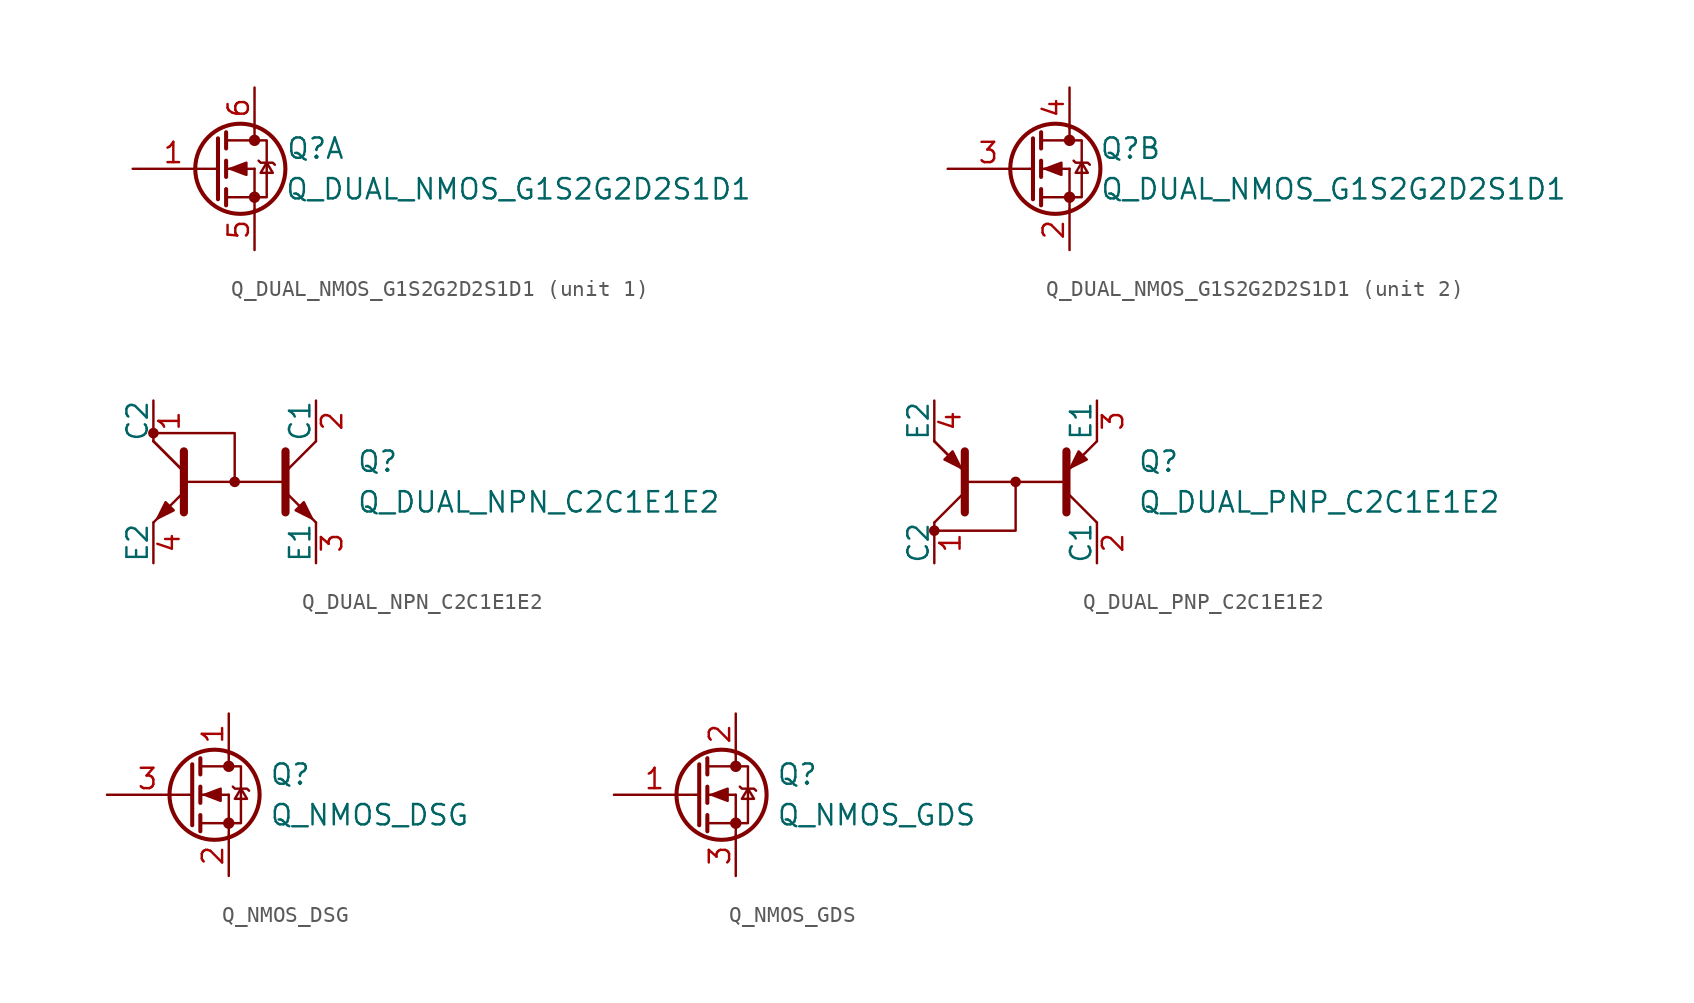
<source format=kicad_sym>
(kicad_symbol_lib
  (version 20201005)
  (generator kicad_symbol_editor)
  (symbol "Q_DUAL_NMOS_G1S2G2D2S1D1"
    (pin_names
      (offset 0) hide)
    (property "Reference" "Q"
      (at 6.35 1.27 0)
      (effects (font (size 1.27 1.27))))
    (property "Value" "Q_DUAL_NMOS_G1S2G2D2S1D1"
      (at 19.05 -1.27 0)
      (effects (font (size 1.27 1.27))))
    (symbol "Q_DUAL_NMOS_G1S2G2D2S1D1_1_1"
      (circle (center 1.651 0) (radius 2.819) (stroke (width 0.254)) (fill (type none)))
      (circle (center 2.54 -1.778) (radius 0.279) (stroke (width 0)) (fill (type outline)))
      (circle (center 2.54 1.778) (radius 0.279) (stroke (width 0)) (fill (type outline)))
      (polyline (pts (xy 0.051 0) (xy 0.254 0)) (stroke (width 0)) (fill (type none)))
      (polyline (pts (xy 0.762 -1.778) (xy 2.54 -1.778)) (stroke (width 0)) (fill (type none)))
      (polyline (pts (xy 0.762 -1.27) (xy 0.762 -2.286)) (stroke (width 0.254)) (fill (type none)))
      (polyline (pts (xy 0.762 0) (xy 2.54 0)) (stroke (width 0)) (fill (type none)))
      (polyline (pts (xy 0.762 0.508) (xy 0.762 -0.508)) (stroke (width 0.254)) (fill (type none)))
      (polyline (pts (xy 0.762 1.778) (xy 2.54 1.778)) (stroke (width 0)) (fill (type none)))
      (polyline (pts (xy 0.762 2.286) (xy 0.762 1.27)) (stroke (width 0.254)) (fill (type none)))
      (polyline (pts (xy 2.54 -1.778) (xy 2.54 -2.54)) (stroke (width 0)) (fill (type none)))
      (polyline (pts (xy 2.54 -1.778) (xy 2.54 0)) (stroke (width 0)) (fill (type none)))
      (polyline (pts (xy 2.54 2.54) (xy 2.54 1.778)) (stroke (width 0)) (fill (type none)))
      (polyline (pts (xy 0.254 1.905) (xy 0.254 -1.905) (xy 0.254 -1.905)) (stroke (width 0.254)) (fill (type none)))
      (polyline (pts (xy 2.54 -1.778) (xy 3.302 -1.778) (xy 3.302 1.778) (xy 2.54 1.778)) (stroke (width 0)) (fill (type none)))
      (polyline (pts (xy 2.794 0.508) (xy 2.921 0.381) (xy 3.683 0.381) (xy 3.81 0.254)) (stroke (width 0)) (fill (type none)))
      (polyline (pts (xy 3.302 0.381) (xy 2.921 -0.254) (xy 3.683 -0.254) (xy 3.302 0.381)) (stroke (width 0)) (fill (type none)))
      (polyline (pts (xy 1.016 0) (xy 2.032 0.381) (xy 2.032 -0.381) (xy 1.016 0)) (stroke (width 0)) (fill (type outline)))
      (pin input line (at -5.08 0 0) (length 5.08) (name "G" (effects (font (size 1.27 1.27)))) (number "1" (effects (font (size 1.27 1.27)))))
      (pin passive line (at 2.54 -5.08 90) (length 2.54) (name "S" (effects (font (size 1.27 1.27)))) (number "5" (effects (font (size 1.27 1.27)))))
      (pin passive line (at 2.54 5.08 270) (length 2.54) (name "D" (effects (font (size 1.27 1.27)))) (number "6" (effects (font (size 1.27 1.27))))))
    (symbol "Q_DUAL_NMOS_G1S2G2D2S1D1_2_1"
      (circle (center 1.651 0) (radius 2.819) (stroke (width 0.254)) (fill (type none)))
      (circle (center 2.54 -1.778) (radius 0.279) (stroke (width 0)) (fill (type outline)))
      (circle (center 2.54 1.778) (radius 0.279) (stroke (width 0)) (fill (type outline)))
      (polyline (pts (xy 0.051 0) (xy 0.254 0)) (stroke (width 0)) (fill (type none)))
      (polyline (pts (xy 0.762 -1.778) (xy 2.54 -1.778)) (stroke (width 0)) (fill (type none)))
      (polyline (pts (xy 0.762 -1.27) (xy 0.762 -2.286)) (stroke (width 0.254)) (fill (type none)))
      (polyline (pts (xy 0.762 0) (xy 2.54 0)) (stroke (width 0)) (fill (type none)))
      (polyline (pts (xy 0.762 0.508) (xy 0.762 -0.508)) (stroke (width 0.254)) (fill (type none)))
      (polyline (pts (xy 0.762 1.778) (xy 2.54 1.778)) (stroke (width 0)) (fill (type none)))
      (polyline (pts (xy 0.762 2.286) (xy 0.762 1.27)) (stroke (width 0.254)) (fill (type none)))
      (polyline (pts (xy 2.54 -1.778) (xy 2.54 -2.54)) (stroke (width 0)) (fill (type none)))
      (polyline (pts (xy 2.54 -1.778) (xy 2.54 0)) (stroke (width 0)) (fill (type none)))
      (polyline (pts (xy 2.54 2.54) (xy 2.54 1.778)) (stroke (width 0)) (fill (type none)))
      (polyline (pts (xy 0.254 1.905) (xy 0.254 -1.905) (xy 0.254 -1.905)) (stroke (width 0.254)) (fill (type none)))
      (polyline (pts (xy 2.54 -1.778) (xy 3.302 -1.778) (xy 3.302 1.778) (xy 2.54 1.778)) (stroke (width 0)) (fill (type none)))
      (polyline (pts (xy 2.794 0.508) (xy 2.921 0.381) (xy 3.683 0.381) (xy 3.81 0.254)) (stroke (width 0)) (fill (type none)))
      (polyline (pts (xy 3.302 0.381) (xy 2.921 -0.254) (xy 3.683 -0.254) (xy 3.302 0.381)) (stroke (width 0)) (fill (type none)))
      (polyline (pts (xy 1.016 0) (xy 2.032 0.381) (xy 2.032 -0.381) (xy 1.016 0)) (stroke (width 0)) (fill (type outline)))
      (pin passive line (at 2.54 -5.08 90) (length 2.54) (name "S" (effects (font (size 1.27 1.27)))) (number "2" (effects (font (size 1.27 1.27)))))
      (pin input line (at -5.08 0 0) (length 5.08) (name "G" (effects (font (size 1.27 1.27)))) (number "3" (effects (font (size 1.27 1.27)))))
      (pin passive line (at 2.54 5.08 270) (length 2.54) (name "D" (effects (font (size 1.27 1.27)))) (number "4" (effects (font (size 1.27 1.27)))))))
  (symbol "Q_DUAL_NPN_C2C1E1E2"
    (pin_names
      (offset 0))
    (property "Reference" "Q"
      (at 7.62 1.27 0)
      (effects (font (size 1.27 1.27)) (justify left)))
    (property "Value" "Q_DUAL_NPN_C2C1E1E2"
      (at 7.62 -1.27 0)
      (effects (font (size 1.27 1.27)) (justify left)))
    (symbol "Q_DUAL_NPN_C2C1E1E2_0_1"
      (circle (center -5.08 3.048) (radius 0.254) (stroke (width 0)) (fill (type outline)))
      (circle (center 0 0) (radius 0.254) (stroke (width 0)) (fill (type outline)))
      (polyline (pts (xy -5.08 -2.54) (xy -3.175 -0.635)) (stroke (width 0)) (fill (type none)))
      (polyline (pts (xy -5.08 2.54) (xy -3.175 0.635)) (stroke (width 0)) (fill (type none)))
      (polyline (pts (xy -5.08 2.54) (xy -3.175 0.635)) (stroke (width 0)) (fill (type none)))
      (polyline (pts (xy 3.175 0) (xy -3.175 0)) (stroke (width 0)) (fill (type none)))
      (polyline (pts (xy 5.08 -2.54) (xy 3.175 -0.635)) (stroke (width 0)) (fill (type none)))
      (polyline (pts (xy 5.08 2.54) (xy 3.175 0.635)) (stroke (width 0)) (fill (type none)))
      (polyline (pts (xy 0 0) (xy 0 3.048) (xy -5.08 3.048)) (stroke (width 0)) (fill (type none)))
      (polyline (pts (xy -3.175 -1.905) (xy -3.175 1.905) (xy -3.175 1.905)) (stroke (width 0.508)) (fill (type outline)))
      (polyline (pts (xy 3.175 -1.905) (xy 3.175 1.905) (xy 3.175 1.905)) (stroke (width 0.508)) (fill (type outline)))
      (polyline (pts (xy -3.81 -1.778) (xy -4.318 -1.27) (xy -4.826 -2.286) (xy -3.81 -1.778) (xy -3.81 -1.778)) (stroke (width 0)) (fill (type outline)))
      (polyline (pts (xy 3.81 -1.778) (xy 4.318 -1.27) (xy 4.826 -2.286) (xy 3.81 -1.778) (xy 3.81 -1.778)) (stroke (width 0)) (fill (type outline))))
    (symbol "Q_DUAL_NPN_C2C1E1E2_1_1"
      (pin passive line (at -5.08 5.08 270) (length 2.54) (name "C2" (effects (font (size 1.27 1.27)))) (number "1" (effects (font (size 1.27 1.27)))))
      (pin passive line (at 5.08 5.08 270) (length 2.54) (name "C1" (effects (font (size 1.27 1.27)))) (number "2" (effects (font (size 1.27 1.27)))))
      (pin passive line (at 5.08 -5.08 90) (length 2.54) (name "E1" (effects (font (size 1.27 1.27)))) (number "3" (effects (font (size 1.27 1.27)))))
      (pin passive line (at -5.08 -5.08 90) (length 2.54) (name "E2" (effects (font (size 1.27 1.27)))) (number "4" (effects (font (size 1.27 1.27)))))))
  (symbol "Q_DUAL_PNP_C2C1E1E2"
    (pin_names
      (offset 0))
    (property "Reference" "Q"
      (at 7.62 1.27 0)
      (effects (font (size 1.27 1.27)) (justify left)))
    (property "Value" "Q_DUAL_PNP_C2C1E1E2"
      (at 7.62 -1.27 0)
      (effects (font (size 1.27 1.27)) (justify left)))
    (symbol "Q_DUAL_PNP_C2C1E1E2_0_1"
      (circle (center -5.08 -3.048) (radius 0.254) (stroke (width 0)) (fill (type outline)))
      (circle (center 0 0) (radius 0.254) (stroke (width 0)) (fill (type outline)))
      (polyline (pts (xy -5.08 -2.54) (xy -3.175 -0.635)) (stroke (width 0)) (fill (type none)))
      (polyline (pts (xy -5.08 2.54) (xy -3.175 0.635)) (stroke (width 0)) (fill (type none)))
      (polyline (pts (xy -5.08 2.54) (xy -3.175 0.635)) (stroke (width 0)) (fill (type none)))
      (polyline (pts (xy 3.175 0) (xy -3.175 0)) (stroke (width 0)) (fill (type none)))
      (polyline (pts (xy 5.08 -2.54) (xy 3.175 -0.635)) (stroke (width 0)) (fill (type none)))
      (polyline (pts (xy 5.08 2.54) (xy 3.175 0.635)) (stroke (width 0)) (fill (type none)))
      (polyline (pts (xy 0 0) (xy 0 -3.048) (xy -5.08 -3.048)) (stroke (width 0)) (fill (type none)))
      (polyline (pts (xy -3.175 -1.905) (xy -3.175 1.905) (xy -3.175 1.905)) (stroke (width 0.508)) (fill (type outline)))
      (polyline (pts (xy 3.175 -1.905) (xy 3.175 1.905) (xy 3.175 1.905)) (stroke (width 0.508)) (fill (type outline)))
      (polyline (pts (xy -3.937 1.905) (xy -4.445 1.397) (xy -3.429 0.889) (xy -3.937 1.905) (xy -3.937 1.905)) (stroke (width 0)) (fill (type outline)))
      (polyline (pts (xy 3.937 1.905) (xy 4.445 1.397) (xy 3.429 0.889) (xy 3.937 1.905) (xy 3.937 1.905)) (stroke (width 0)) (fill (type outline))))
    (symbol "Q_DUAL_PNP_C2C1E1E2_1_1"
      (pin passive line (at -5.08 -5.08 90) (length 2.54) (name "C2" (effects (font (size 1.27 1.27)))) (number "1" (effects (font (size 1.27 1.27)))))
      (pin passive line (at 5.08 -5.08 90) (length 2.54) (name "C1" (effects (font (size 1.27 1.27)))) (number "2" (effects (font (size 1.27 1.27)))))
      (pin passive line (at 5.08 5.08 270) (length 2.54) (name "E1" (effects (font (size 1.27 1.27)))) (number "3" (effects (font (size 1.27 1.27)))))
      (pin passive line (at -5.08 5.08 270) (length 2.54) (name "E2" (effects (font (size 1.27 1.27)))) (number "4" (effects (font (size 1.27 1.27)))))))
  (symbol "Q_NMOS_DSG"
    (pin_names
      (offset 0) hide)
    (property "Reference" "Q"
      (at 5.08 1.27 0)
      (effects (font (size 1.27 1.27)) (justify left)))
    (property "Value" "Q_NMOS_DSG"
      (at 5.08 -1.27 0)
      (effects (font (size 1.27 1.27)) (justify left)))
    (symbol "Q_NMOS_DSG_0_1"
      (circle (center 1.651 0) (radius 2.819) (stroke (width 0.254)) (fill (type none)))
      (circle (center 2.54 -1.778) (radius 0.279) (stroke (width 0)) (fill (type outline)))
      (circle (center 2.54 1.778) (radius 0.279) (stroke (width 0)) (fill (type outline)))
      (polyline (pts (xy 0.051 0) (xy 0.254 0)) (stroke (width 0)) (fill (type none)))
      (polyline (pts (xy 0.762 -1.778) (xy 2.54 -1.778)) (stroke (width 0)) (fill (type none)))
      (polyline (pts (xy 0.762 -1.27) (xy 0.762 -2.286)) (stroke (width 0.254)) (fill (type none)))
      (polyline (pts (xy 0.762 0) (xy 2.54 0)) (stroke (width 0)) (fill (type none)))
      (polyline (pts (xy 0.762 0.508) (xy 0.762 -0.508)) (stroke (width 0.254)) (fill (type none)))
      (polyline (pts (xy 0.762 1.778) (xy 2.54 1.778)) (stroke (width 0)) (fill (type none)))
      (polyline (pts (xy 0.762 2.286) (xy 0.762 1.27)) (stroke (width 0.254)) (fill (type none)))
      (polyline (pts (xy 2.54 -1.778) (xy 2.54 -2.54)) (stroke (width 0)) (fill (type none)))
      (polyline (pts (xy 2.54 -1.778) (xy 2.54 0)) (stroke (width 0)) (fill (type none)))
      (polyline (pts (xy 2.54 2.54) (xy 2.54 1.778)) (stroke (width 0)) (fill (type none)))
      (polyline (pts (xy 0.254 1.905) (xy 0.254 -1.905) (xy 0.254 -1.905)) (stroke (width 0.254)) (fill (type none)))
      (polyline (pts (xy 2.54 -1.778) (xy 3.302 -1.778) (xy 3.302 1.778) (xy 2.54 1.778)) (stroke (width 0)) (fill (type none)))
      (polyline (pts (xy 2.794 0.508) (xy 2.921 0.381) (xy 3.683 0.381) (xy 3.81 0.254)) (stroke (width 0)) (fill (type none)))
      (polyline (pts (xy 3.302 0.381) (xy 2.921 -0.254) (xy 3.683 -0.254) (xy 3.302 0.381)) (stroke (width 0)) (fill (type none)))
      (polyline (pts (xy 1.016 0) (xy 2.032 0.381) (xy 2.032 -0.381) (xy 1.016 0)) (stroke (width 0)) (fill (type outline))))
    (symbol "Q_NMOS_DSG_1_1"
      (pin passive line (at 2.54 5.08 270) (length 2.54) (name "D" (effects (font (size 1.27 1.27)))) (number "1" (effects (font (size 1.27 1.27)))))
      (pin passive line (at 2.54 -5.08 90) (length 2.54) (name "S" (effects (font (size 1.27 1.27)))) (number "2" (effects (font (size 1.27 1.27)))))
      (pin input line (at -5.08 0 0) (length 5.08) (name "G" (effects (font (size 1.27 1.27)))) (number "3" (effects (font (size 1.27 1.27)))))))
  (symbol "Q_NMOS_GDS"
    (pin_names
      (offset 0) hide)
    (property "Reference" "Q"
      (at 5.08 1.27 0)
      (effects (font (size 1.27 1.27)) (justify left)))
    (property "Value" "Q_NMOS_GDS"
      (at 5.08 -1.27 0)
      (effects (font (size 1.27 1.27)) (justify left)))
    (symbol "Q_NMOS_GDS_0_1"
      (circle (center 1.651 0) (radius 2.819) (stroke (width 0.254)) (fill (type none)))
      (circle (center 2.54 -1.778) (radius 0.279) (stroke (width 0)) (fill (type outline)))
      (circle (center 2.54 1.778) (radius 0.279) (stroke (width 0)) (fill (type outline)))
      (polyline (pts (xy 0.051 0) (xy 0.254 0)) (stroke (width 0)) (fill (type none)))
      (polyline (pts (xy 0.762 -1.778) (xy 2.54 -1.778)) (stroke (width 0)) (fill (type none)))
      (polyline (pts (xy 0.762 -1.27) (xy 0.762 -2.286)) (stroke (width 0.254)) (fill (type none)))
      (polyline (pts (xy 0.762 0) (xy 2.54 0)) (stroke (width 0)) (fill (type none)))
      (polyline (pts (xy 0.762 0.508) (xy 0.762 -0.508)) (stroke (width 0.254)) (fill (type none)))
      (polyline (pts (xy 0.762 1.778) (xy 2.54 1.778)) (stroke (width 0)) (fill (type none)))
      (polyline (pts (xy 0.762 2.286) (xy 0.762 1.27)) (stroke (width 0.254)) (fill (type none)))
      (polyline (pts (xy 2.54 -1.778) (xy 2.54 -2.54)) (stroke (width 0)) (fill (type none)))
      (polyline (pts (xy 2.54 -1.778) (xy 2.54 0)) (stroke (width 0)) (fill (type none)))
      (polyline (pts (xy 2.54 2.54) (xy 2.54 1.778)) (stroke (width 0)) (fill (type none)))
      (polyline (pts (xy 0.254 1.905) (xy 0.254 -1.905) (xy 0.254 -1.905)) (stroke (width 0.254)) (fill (type none)))
      (polyline (pts (xy 2.54 -1.778) (xy 3.302 -1.778) (xy 3.302 1.778) (xy 2.54 1.778)) (stroke (width 0)) (fill (type none)))
      (polyline (pts (xy 2.794 0.508) (xy 2.921 0.381) (xy 3.683 0.381) (xy 3.81 0.254)) (stroke (width 0)) (fill (type none)))
      (polyline (pts (xy 3.302 0.381) (xy 2.921 -0.254) (xy 3.683 -0.254) (xy 3.302 0.381)) (stroke (width 0)) (fill (type none)))
      (polyline (pts (xy 1.016 0) (xy 2.032 0.381) (xy 2.032 -0.381) (xy 1.016 0)) (stroke (width 0)) (fill (type outline))))
    (symbol "Q_NMOS_GDS_1_1"
      (pin input line (at -5.08 0 0) (length 5.08) (name "G" (effects (font (size 1.27 1.27)))) (number "1" (effects (font (size 1.27 1.27)))))
      (pin passive line (at 2.54 5.08 270) (length 2.54) (name "D" (effects (font (size 1.27 1.27)))) (number "2" (effects (font (size 1.27 1.27)))))
      (pin passive line (at 2.54 -5.08 90) (length 2.54) (name "S" (effects (font (size 1.27 1.27)))) (number "3" (effects (font (size 1.27 1.27))))))))
</source>
